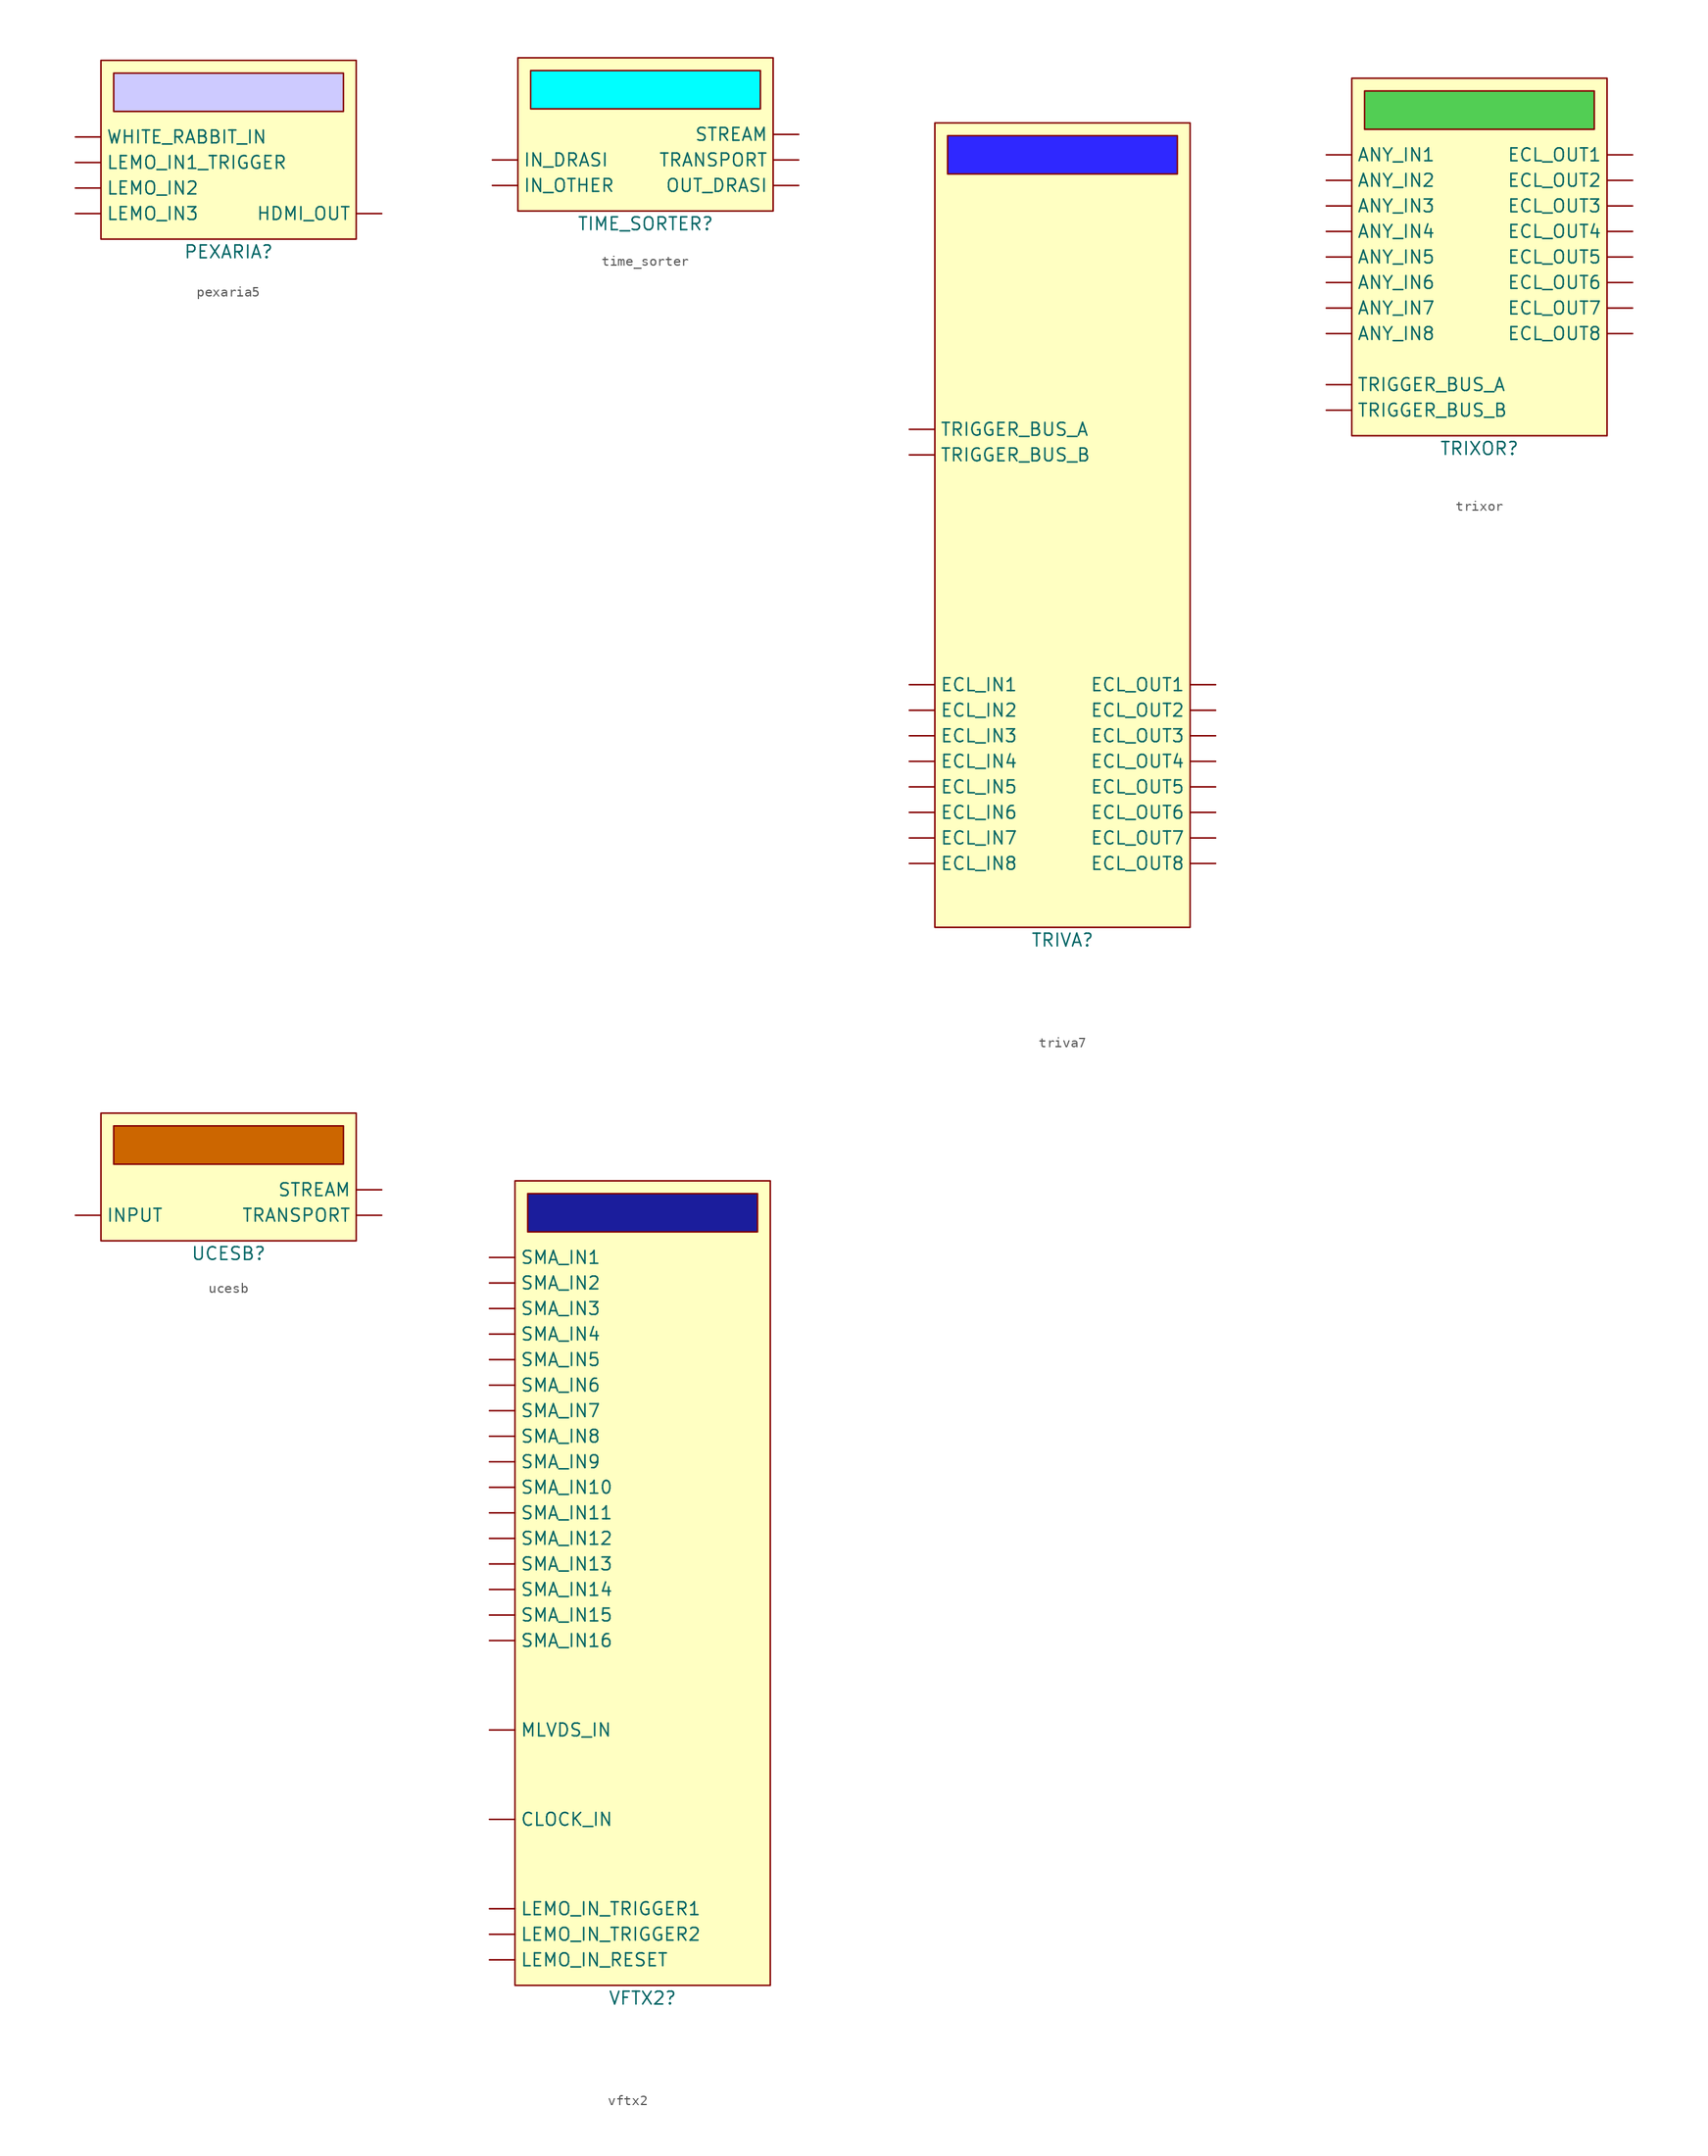
<source format=kicad_sym>
(kicad_symbol_lib
  (version 20220914)
  (generator kicad_symbol_editor)
  (symbol "pexaria5"
    (property "Reference" "PEXARIA"
      (at 0 0 0)
      (effects (font (size 1.27 1.27))))
    (property "Value" ""
      (at 0 0 0)
      (effects (font (size 1.27 1.27))))
    (symbol "pexaria5_1_1"
      (rectangle (start -12.7 19.05) (end 12.7 1.27) (stroke (width 0) (type default)) (fill (type background)))
      (rectangle (start -11.43 17.78) (end 11.43 13.97) (stroke (width 0) (type default)) (fill (type color) (color 205 202 255 1)))
      (pin input line (at 15.24 3.81 180) (length 2.54) (name "HDMI_OUT" (effects (font (size 1.27 1.27)))) (number "" (effects (font (size 1.27 1.27)))))
      (pin input line (at -15.24 8.89 0) (length 2.54) (name "LEMO_IN1_TRIGGER" (effects (font (size 1.27 1.27)))) (number "" (effects (font (size 1.27 1.27)))))
      (pin input line (at -15.24 6.35 0) (length 2.54) (name "LEMO_IN2" (effects (font (size 1.27 1.27)))) (number "" (effects (font (size 1.27 1.27)))))
      (pin input line (at -15.24 3.81 0) (length 2.54) (name "LEMO_IN3" (effects (font (size 1.27 1.27)))) (number "" (effects (font (size 1.27 1.27)))))
      (pin input line (at -15.24 11.43 0) (length 2.54) (name "WHITE_RABBIT_IN" (effects (font (size 1.27 1.27)))) (number "" (effects (font (size 1.27 1.27)))))))
  (symbol "time_sorter"
    (property "Reference" "TIME_SORTER"
      (at 0 0 0)
      (effects (font (size 1.27 1.27))))
    (property "Value" ""
      (at 0 0 0)
      (effects (font (size 1.27 1.27))))
    (symbol "time_sorter_1_1"
      (rectangle (start -12.7 16.51) (end 12.7 1.27) (stroke (width 0) (type default)) (fill (type background)))
      (rectangle (start -11.43 15.24) (end 11.43 11.43) (stroke (width 0) (type default)) (fill (type color) (color 0 255 255 1)))
      (pin bidirectional line (at -15.24 6.35 0) (length 2.54) (name "IN_DRASI" (effects (font (size 1.27 1.27)))) (number "" (effects (font (size 1.27 1.27)))))
      (pin bidirectional line (at -15.24 3.81 0) (length 2.54) (name "IN_OTHER" (effects (font (size 1.27 1.27)))) (number "" (effects (font (size 1.27 1.27)))))
      (pin bidirectional line (at 15.24 3.81 180) (length 2.54) (name "OUT_DRASI" (effects (font (size 1.27 1.27)))) (number "" (effects (font (size 1.27 1.27)))))
      (pin bidirectional line (at 15.24 8.89 180) (length 2.54) (name "STREAM" (effects (font (size 1.27 1.27)))) (number "" (effects (font (size 1.27 1.27)))))
      (pin bidirectional line (at 15.24 6.35 180) (length 2.54) (name "TRANSPORT" (effects (font (size 1.27 1.27)))) (number "" (effects (font (size 1.27 1.27)))))))
  (symbol "triva7"
    (property "Reference" "TRIVA"
      (at 0 0 0)
      (effects (font (size 1.27 1.27))))
    (property "Value" ""
      (at 0 0 0)
      (effects (font (size 1.27 1.27))))
    (symbol "triva7_1_1"
      (rectangle (start -12.7 81.28) (end 12.7 1.27) (stroke (width 0) (type default)) (fill (type background)))
      (rectangle (start -11.43 80.01) (end 11.43 76.2) (stroke (width 0) (type default)) (fill (type color) (color 47 40 255 1)))
      (pin input line (at -15.24 25.4 0) (length 2.54) (name "ECL_IN1" (effects (font (size 1.27 1.27)))) (number "" (effects (font (size 1.27 1.27)))))
      (pin input line (at -15.24 22.86 0) (length 2.54) (name "ECL_IN2" (effects (font (size 1.27 1.27)))) (number "" (effects (font (size 1.27 1.27)))))
      (pin input line (at -15.24 20.32 0) (length 2.54) (name "ECL_IN3" (effects (font (size 1.27 1.27)))) (number "" (effects (font (size 1.27 1.27)))))
      (pin input line (at -15.24 17.78 0) (length 2.54) (name "ECL_IN4" (effects (font (size 1.27 1.27)))) (number "" (effects (font (size 1.27 1.27)))))
      (pin input line (at -15.24 15.24 0) (length 2.54) (name "ECL_IN5" (effects (font (size 1.27 1.27)))) (number "" (effects (font (size 1.27 1.27)))))
      (pin input line (at -15.24 12.7 0) (length 2.54) (name "ECL_IN6" (effects (font (size 1.27 1.27)))) (number "" (effects (font (size 1.27 1.27)))))
      (pin input line (at -15.24 10.16 0) (length 2.54) (name "ECL_IN7" (effects (font (size 1.27 1.27)))) (number "" (effects (font (size 1.27 1.27)))))
      (pin input line (at -15.24 7.62 0) (length 2.54) (name "ECL_IN8" (effects (font (size 1.27 1.27)))) (number "" (effects (font (size 1.27 1.27)))))
      (pin input line (at 15.24 25.4 180) (length 2.54) (name "ECL_OUT1" (effects (font (size 1.27 1.27)))) (number "" (effects (font (size 1.27 1.27)))))
      (pin input line (at 15.24 22.86 180) (length 2.54) (name "ECL_OUT2" (effects (font (size 1.27 1.27)))) (number "" (effects (font (size 1.27 1.27)))))
      (pin input line (at 15.24 20.32 180) (length 2.54) (name "ECL_OUT3" (effects (font (size 1.27 1.27)))) (number "" (effects (font (size 1.27 1.27)))))
      (pin input line (at 15.24 17.78 180) (length 2.54) (name "ECL_OUT4" (effects (font (size 1.27 1.27)))) (number "" (effects (font (size 1.27 1.27)))))
      (pin input line (at 15.24 15.24 180) (length 2.54) (name "ECL_OUT5" (effects (font (size 1.27 1.27)))) (number "" (effects (font (size 1.27 1.27)))))
      (pin input line (at 15.24 12.7 180) (length 2.54) (name "ECL_OUT6" (effects (font (size 1.27 1.27)))) (number "" (effects (font (size 1.27 1.27)))))
      (pin input line (at 15.24 10.16 180) (length 2.54) (name "ECL_OUT7" (effects (font (size 1.27 1.27)))) (number "" (effects (font (size 1.27 1.27)))))
      (pin input line (at 15.24 7.62 180) (length 2.54) (name "ECL_OUT8" (effects (font (size 1.27 1.27)))) (number "" (effects (font (size 1.27 1.27)))))
      (pin bidirectional line (at -15.24 50.8 0) (length 2.54) (name "TRIGGER_BUS_A" (effects (font (size 1.27 1.27)))) (number "" (effects (font (size 1.27 1.27)))))
      (pin bidirectional line (at -15.24 48.26 0) (length 2.54) (name "TRIGGER_BUS_B" (effects (font (size 1.27 1.27)))) (number "" (effects (font (size 1.27 1.27)))))))
  (symbol "trixor"
    (property "Reference" "TRIXOR"
      (at 0 0 0)
      (effects (font (size 1.27 1.27))))
    (property "Value" ""
      (at 0 0 0)
      (effects (font (size 1.27 1.27))))
    (symbol "trixor_1_1"
      (rectangle (start -12.7 36.83) (end 12.7 1.27) (stroke (width 0) (type default)) (fill (type background)))
      (rectangle (start -11.43 35.56) (end 11.43 31.75) (stroke (width 0) (type default)) (fill (type color) (color 82 206 84 1)))
      (pin input line (at -15.24 29.21 0) (length 2.54) (name "ANY_IN1" (effects (font (size 1.27 1.27)))) (number "" (effects (font (size 1.27 1.27)))))
      (pin input line (at -15.24 26.67 0) (length 2.54) (name "ANY_IN2" (effects (font (size 1.27 1.27)))) (number "" (effects (font (size 1.27 1.27)))))
      (pin input line (at -15.24 24.13 0) (length 2.54) (name "ANY_IN3" (effects (font (size 1.27 1.27)))) (number "" (effects (font (size 1.27 1.27)))))
      (pin input line (at -15.24 21.59 0) (length 2.54) (name "ANY_IN4" (effects (font (size 1.27 1.27)))) (number "" (effects (font (size 1.27 1.27)))))
      (pin input line (at -15.24 19.05 0) (length 2.54) (name "ANY_IN5" (effects (font (size 1.27 1.27)))) (number "" (effects (font (size 1.27 1.27)))))
      (pin input line (at -15.24 16.51 0) (length 2.54) (name "ANY_IN6" (effects (font (size 1.27 1.27)))) (number "" (effects (font (size 1.27 1.27)))))
      (pin input line (at -15.24 13.97 0) (length 2.54) (name "ANY_IN7" (effects (font (size 1.27 1.27)))) (number "" (effects (font (size 1.27 1.27)))))
      (pin input line (at -15.24 11.43 0) (length 2.54) (name "ANY_IN8" (effects (font (size 1.27 1.27)))) (number "" (effects (font (size 1.27 1.27)))))
      (pin output line (at 15.24 29.21 180) (length 2.54) (name "ECL_OUT1" (effects (font (size 1.27 1.27)))) (number "" (effects (font (size 1.27 1.27)))))
      (pin output line (at 15.24 26.67 180) (length 2.54) (name "ECL_OUT2" (effects (font (size 1.27 1.27)))) (number "" (effects (font (size 1.27 1.27)))))
      (pin output line (at 15.24 24.13 180) (length 2.54) (name "ECL_OUT3" (effects (font (size 1.27 1.27)))) (number "" (effects (font (size 1.27 1.27)))))
      (pin output line (at 15.24 21.59 180) (length 2.54) (name "ECL_OUT4" (effects (font (size 1.27 1.27)))) (number "" (effects (font (size 1.27 1.27)))))
      (pin output line (at 15.24 19.05 180) (length 2.54) (name "ECL_OUT5" (effects (font (size 1.27 1.27)))) (number "" (effects (font (size 1.27 1.27)))))
      (pin output line (at 15.24 16.51 180) (length 2.54) (name "ECL_OUT6" (effects (font (size 1.27 1.27)))) (number "" (effects (font (size 1.27 1.27)))))
      (pin output line (at 15.24 13.97 180) (length 2.54) (name "ECL_OUT7" (effects (font (size 1.27 1.27)))) (number "" (effects (font (size 1.27 1.27)))))
      (pin output line (at 15.24 11.43 180) (length 2.54) (name "ECL_OUT8" (effects (font (size 1.27 1.27)))) (number "" (effects (font (size 1.27 1.27)))))
      (pin bidirectional line (at -15.24 6.35 0) (length 2.54) (name "TRIGGER_BUS_A" (effects (font (size 1.27 1.27)))) (number "" (effects (font (size 1.27 1.27)))))
      (pin bidirectional line (at -15.24 3.81 0) (length 2.54) (name "TRIGGER_BUS_B" (effects (font (size 1.27 1.27)))) (number "" (effects (font (size 1.27 1.27)))))))
  (symbol "ucesb"
    (property "Reference" "UCESB"
      (at 0 0 0)
      (effects (font (size 1.27 1.27))))
    (property "Value" ""
      (at 0 0 0)
      (effects (font (size 1.27 1.27))))
    (symbol "ucesb_1_1"
      (rectangle (start -12.7 13.97) (end 12.7 1.27) (stroke (width 0) (type default)) (fill (type background)))
      (rectangle (start -11.43 12.7) (end 11.43 8.89) (stroke (width 0) (type default)) (fill (type color) (color 204 102 0 1)))
      (pin input line (at -15.24 3.81 0) (length 2.54) (name "INPUT" (effects (font (size 1.27 1.27)))) (number "" (effects (font (size 1.27 1.27)))))
      (pin output line (at 15.24 6.35 180) (length 2.54) (name "STREAM" (effects (font (size 1.27 1.27)))) (number "" (effects (font (size 1.27 1.27)))))
      (pin output line (at 15.24 3.81 180) (length 2.54) (name "TRANSPORT" (effects (font (size 1.27 1.27)))) (number "" (effects (font (size 1.27 1.27)))))))
  (symbol "vftx2"
    (property "Reference" "VFTX2"
      (at 0 0 0)
      (effects (font (size 1.27 1.27))))
    (property "Value" ""
      (at 0 0 0)
      (effects (font (size 1.27 1.27))))
    (symbol "vftx2_1_1"
      (rectangle (start -12.7 81.28) (end 12.7 1.27) (stroke (width 0) (type default)) (fill (type background)))
      (rectangle (start -11.43 80.01) (end 11.43 76.2) (stroke (width 0) (type default)) (fill (type color) (color 27 29 156 1)))
      (pin input line (at -15.24 17.78 0) (length 2.54) (name "CLOCK_IN" (effects (font (size 1.27 1.27)))) (number "" (effects (font (size 1.27 1.27)))))
      (pin input line (at -15.24 3.81 0) (length 2.54) (name "LEMO_IN_RESET" (effects (font (size 1.27 1.27)))) (number "" (effects (font (size 1.27 1.27)))))
      (pin input line (at -15.24 8.89 0) (length 2.54) (name "LEMO_IN_TRIGGER1" (effects (font (size 1.27 1.27)))) (number "" (effects (font (size 1.27 1.27)))))
      (pin input line (at -15.24 6.35 0) (length 2.54) (name "LEMO_IN_TRIGGER2" (effects (font (size 1.27 1.27)))) (number "" (effects (font (size 1.27 1.27)))))
      (pin input line (at -15.24 26.67 0) (length 2.54) (name "MLVDS_IN" (effects (font (size 1.27 1.27)))) (number "" (effects (font (size 1.27 1.27)))))
      (pin input line (at -15.24 73.66 0) (length 2.54) (name "SMA_IN1" (effects (font (size 1.27 1.27)))) (number "" (effects (font (size 1.27 1.27)))))
      (pin input line (at -15.24 50.8 0) (length 2.54) (name "SMA_IN10" (effects (font (size 1.27 1.27)))) (number "" (effects (font (size 1.27 1.27)))))
      (pin input line (at -15.24 48.26 0) (length 2.54) (name "SMA_IN11" (effects (font (size 1.27 1.27)))) (number "" (effects (font (size 1.27 1.27)))))
      (pin input line (at -15.24 45.72 0) (length 2.54) (name "SMA_IN12" (effects (font (size 1.27 1.27)))) (number "" (effects (font (size 1.27 1.27)))))
      (pin input line (at -15.24 43.18 0) (length 2.54) (name "SMA_IN13" (effects (font (size 1.27 1.27)))) (number "" (effects (font (size 1.27 1.27)))))
      (pin input line (at -15.24 40.64 0) (length 2.54) (name "SMA_IN14" (effects (font (size 1.27 1.27)))) (number "" (effects (font (size 1.27 1.27)))))
      (pin input line (at -15.24 38.1 0) (length 2.54) (name "SMA_IN15" (effects (font (size 1.27 1.27)))) (number "" (effects (font (size 1.27 1.27)))))
      (pin input line (at -15.24 35.56 0) (length 2.54) (name "SMA_IN16" (effects (font (size 1.27 1.27)))) (number "" (effects (font (size 1.27 1.27)))))
      (pin input line (at -15.24 71.12 0) (length 2.54) (name "SMA_IN2" (effects (font (size 1.27 1.27)))) (number "" (effects (font (size 1.27 1.27)))))
      (pin input line (at -15.24 68.58 0) (length 2.54) (name "SMA_IN3" (effects (font (size 1.27 1.27)))) (number "" (effects (font (size 1.27 1.27)))))
      (pin input line (at -15.24 66.04 0) (length 2.54) (name "SMA_IN4" (effects (font (size 1.27 1.27)))) (number "" (effects (font (size 1.27 1.27)))))
      (pin input line (at -15.24 63.5 0) (length 2.54) (name "SMA_IN5" (effects (font (size 1.27 1.27)))) (number "" (effects (font (size 1.27 1.27)))))
      (pin input line (at -15.24 60.96 0) (length 2.54) (name "SMA_IN6" (effects (font (size 1.27 1.27)))) (number "" (effects (font (size 1.27 1.27)))))
      (pin input line (at -15.24 58.42 0) (length 2.54) (name "SMA_IN7" (effects (font (size 1.27 1.27)))) (number "" (effects (font (size 1.27 1.27)))))
      (pin input line (at -15.24 55.88 0) (length 2.54) (name "SMA_IN8" (effects (font (size 1.27 1.27)))) (number "" (effects (font (size 1.27 1.27)))))
      (pin input line (at -15.24 53.34 0) (length 2.54) (name "SMA_IN9" (effects (font (size 1.27 1.27)))) (number "" (effects (font (size 1.27 1.27))))))))
</source>
